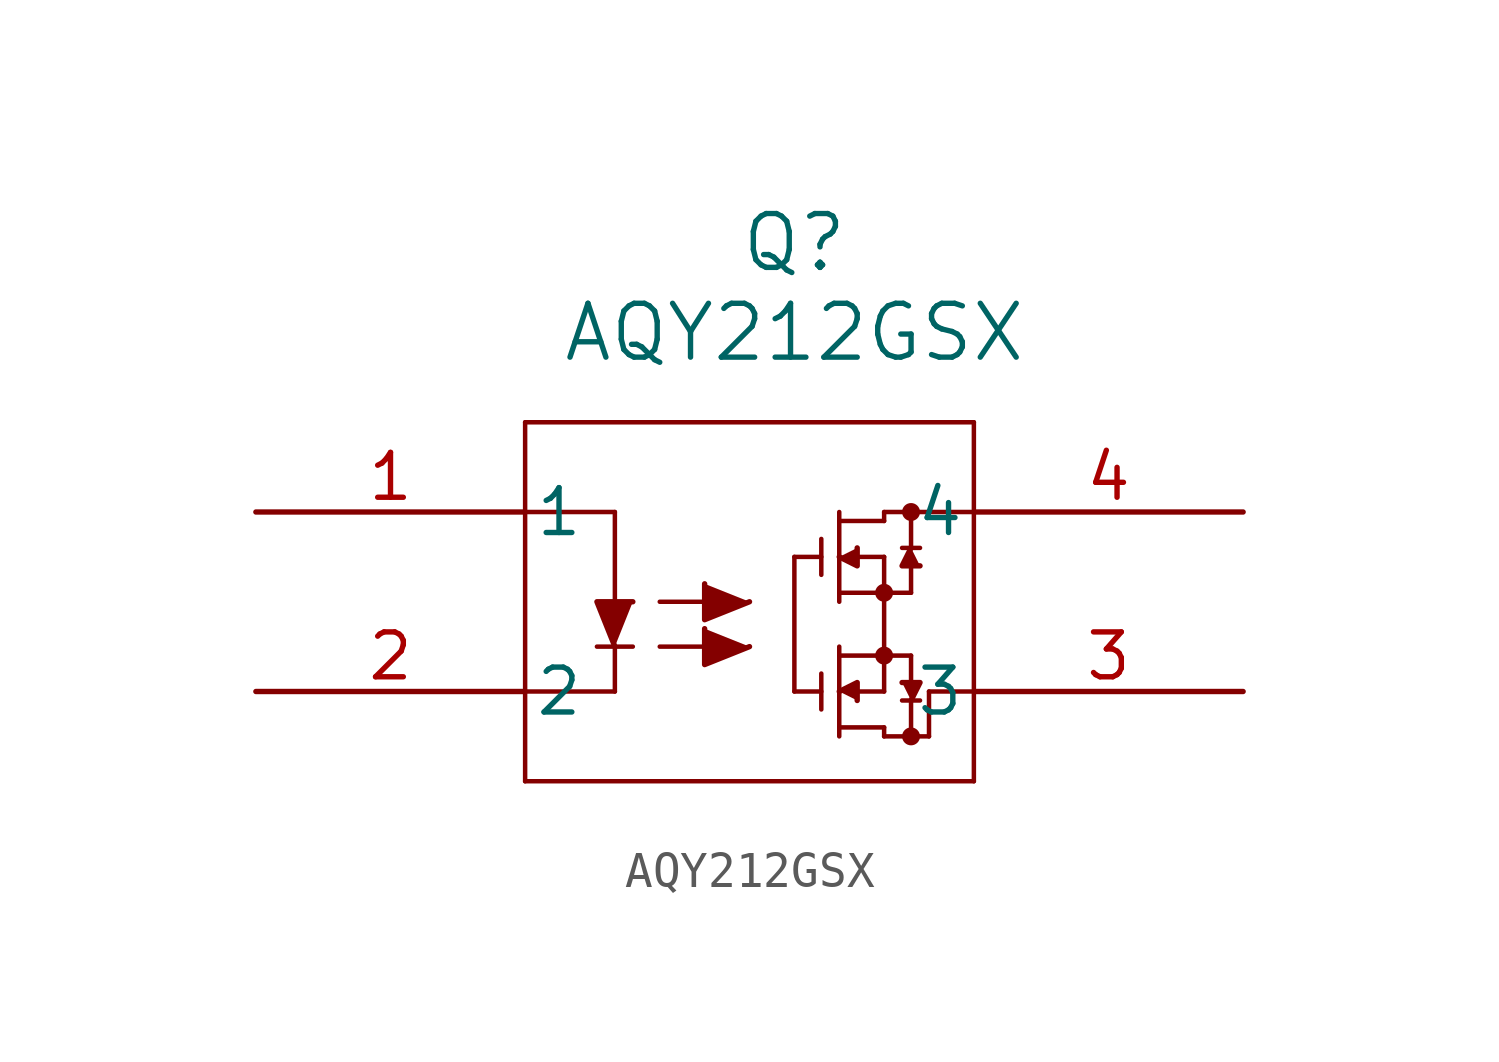
<source format=kicad_sym>
(kicad_symbol_lib
  (version 20211014)
  (generator kicad_symbol_editor)
  (symbol "AQY212GSX"
    (pin_names
      (offset 0.254))
    (property "Reference" "Q"
      (at 15.24 7.62 0)
      (effects (font (size 1.524 1.524))))
    (property "Value" "AQY212GSX"
      (at 15.24 5.08 0)
      (effects (font (size 1.524 1.524))))
    (symbol "AQY212GSX_0_1"
      (polyline (pts (xy 20.32 2.54) (xy 7.62 2.54)) (stroke (width 0.127) (type default) (color 0 0 0 0)) (fill (type none)))
      (polyline (pts (xy 15.24 -5.08) (xy 15.24 -1.27)) (stroke (width 0.127) (type default) (color 0 0 0 0)) (fill (type none)))
      (circle (center 17.78 -2.286) (radius 0.127) (stroke (width 0.254) (type default) (color 0 0 0 0)) (fill (type none)))
      (polyline (pts (xy 17.018 -5.08) (xy 17.78 -5.08)) (stroke (width 0.127) (type default) (color 0 0 0 0)) (fill (type none)))
      (polyline (pts (xy 7.62 2.54) (xy 7.62 -7.62)) (stroke (width 0.127) (type default) (color 0 0 0 0)) (fill (type none)))
      (polyline (pts (xy 11.43 -3.81) (xy 12.7 -3.81)) (stroke (width 0.127) (type default) (color 0 0 0 0)) (fill (type none)))
      (polyline (pts (xy 20.32 -7.62) (xy 20.32 2.54)) (stroke (width 0.127) (type default) (color 0 0 0 0)) (fill (type none)))
      (polyline (pts (xy 11.43 -2.54) (xy 12.7 -2.54)) (stroke (width 0.127) (type default) (color 0 0 0 0)) (fill (type none)))
      (polyline (pts (xy 16.51 -6.35) (xy 16.51 -3.81)) (stroke (width 0.127) (type default) (color 0 0 0 0)) (fill (type none)))
      (polyline (pts (xy 17.78 -6.096) (xy 17.78 -6.35)) (stroke (width 0.127) (type default) (color 0 0 0 0)) (fill (type none)))
      (polyline (pts (xy 17.78 -6.35) (xy 19.05 -6.35)) (stroke (width 0.127) (type default) (color 0 0 0 0)) (fill (type none)))
      (polyline (pts (xy 17.78 -0.254) (xy 17.78 0)) (stroke (width 0.127) (type default) (color 0 0 0 0)) (fill (type none)))
      (polyline (pts (xy 17.78 0) (xy 20.32 0)) (stroke (width 0.127) (type default) (color 0 0 0 0)) (fill (type none)))
      (polyline (pts (xy 15.24 -5.08) (xy 16.002 -5.08)) (stroke (width 0.127) (type default) (color 0 0 0 0)) (fill (type none)))
      (polyline (pts (xy 16.002 -5.588) (xy 16.002 -4.572)) (stroke (width 0.127) (type default) (color 0 0 0 0)) (fill (type none)))
      (circle (center 17.78 -4.064) (radius 0.127) (stroke (width 0.254) (type default) (color 0 0 0 0)) (fill (type none)))
      (polyline (pts (xy 10.16 0) (xy 10.16 -2.54)) (stroke (width 0.127) (type default) (color 0 0 0 0)) (fill (type none)))
      (polyline (pts (xy 17.78 -5.08) (xy 17.78 -1.27)) (stroke (width 0.127) (type default) (color 0 0 0 0)) (fill (type none)))
      (polyline (pts (xy 19.05 -5.08) (xy 19.05 -6.35)) (stroke (width 0.127) (type default) (color 0 0 0 0)) (fill (type none)))
      (polyline (pts (xy 16.51 -4.064) (xy 18.542 -4.064)) (stroke (width 0.127) (type default) (color 0 0 0 0)) (fill (type none)))
      (polyline (pts (xy 19.05 -5.08) (xy 20.32 -5.08)) (stroke (width 0.127) (type default) (color 0 0 0 0)) (fill (type none)))
      (polyline (pts (xy 16.51 -6.096) (xy 17.78 -6.096)) (stroke (width 0.127) (type default) (color 0 0 0 0)) (fill (type none)))
      (polyline (pts (xy 17.018 -1.27) (xy 17.78 -1.27)) (stroke (width 0.127) (type default) (color 0 0 0 0)) (fill (type none)))
      (polyline (pts (xy 16.51 0) (xy 16.51 -2.54)) (stroke (width 0.127) (type default) (color 0 0 0 0)) (fill (type none)))
      (polyline (pts (xy 15.24 -1.27) (xy 16.002 -1.27)) (stroke (width 0.127) (type default) (color 0 0 0 0)) (fill (type none)))
      (polyline (pts (xy 16.002 -0.762) (xy 16.002 -1.778)) (stroke (width 0.127) (type default) (color 0 0 0 0)) (fill (type none)))
      (polyline (pts (xy 16.51 -2.286) (xy 18.542 -2.286)) (stroke (width 0.127) (type default) (color 0 0 0 0)) (fill (type none)))
      (polyline (pts (xy 16.51 -0.254) (xy 17.78 -0.254)) (stroke (width 0.127) (type default) (color 0 0 0 0)) (fill (type none)))
      (polyline (pts (xy 20.32 -7.62) (xy 7.62 -7.62)) (stroke (width 0.127) (type default) (color 0 0 0 0)) (fill (type none)))
      (polyline (pts (xy 13.97 -2.54) (xy 12.7 -3.048) (xy 12.7 -2.032)) (stroke (width 0) (type default) (color 0 0 0 0)) (fill (type outline)))
      (polyline (pts (xy 13.97 -3.81) (xy 12.7 -4.318) (xy 12.7 -3.302)) (stroke (width 0) (type default) (color 0 0 0 0)) (fill (type outline)))
      (polyline (pts (xy 10.16 -5.08) (xy 10.16 -3.81)) (stroke (width 0.127) (type default) (color 0 0 0 0)) (fill (type none)))
      (polyline (pts (xy 16.51 -5.08) (xy 17.018 -4.826) (xy 17.018 -5.334)) (stroke (width 0) (type default) (color 0 0 0 0)) (fill (type outline)))
      (polyline (pts (xy 16.51 -1.27) (xy 17.018 -1.524) (xy 17.018 -1.016)) (stroke (width 0) (type default) (color 0 0 0 0)) (fill (type outline)))
      (polyline (pts (xy 7.62 0) (xy 10.16 0)) (stroke (width 0.127) (type default) (color 0 0 0 0)) (fill (type none)))
      (polyline (pts (xy 7.62 -5.08) (xy 10.16 -5.08)) (stroke (width 0.127) (type default) (color 0 0 0 0)) (fill (type none)))
      (polyline (pts (xy 10.16 -3.81) (xy 9.652 -2.54) (xy 10.668 -2.54)) (stroke (width 0) (type default) (color 0 0 0 0)) (fill (type outline)))
      (polyline (pts (xy 9.652 -3.81) (xy 10.668 -3.81)) (stroke (width 0.127) (type default) (color 0 0 0 0)) (fill (type none)))
      (polyline (pts (xy 18.542 -1.016) (xy 18.288 -1.524) (xy 18.796 -1.524)) (stroke (width 0) (type default) (color 0 0 0 0)) (fill (type outline)))
      (polyline (pts (xy 18.288 -1.016) (xy 18.796 -1.016)) (stroke (width 0.127) (type default) (color 0 0 0 0)) (fill (type none)))
      (polyline (pts (xy 18.542 -1.016) (xy 18.542 0)) (stroke (width 0.127) (type default) (color 0 0 0 0)) (fill (type none)))
      (polyline (pts (xy 18.542 -1.524) (xy 18.542 -2.286)) (stroke (width 0.127) (type default) (color 0 0 0 0)) (fill (type none)))
      (circle (center 18.542 0) (radius 0.127) (stroke (width 0.254) (type default) (color 0 0 0 0)) (fill (type none)))
      (polyline (pts (xy 18.796 -5.334) (xy 18.288 -5.334)) (stroke (width 0.127) (type default) (color 0 0 0 0)) (fill (type none)))
      (polyline (pts (xy 18.542 -5.334) (xy 18.542 -6.35)) (stroke (width 0.127) (type default) (color 0 0 0 0)) (fill (type none)))
      (polyline (pts (xy 18.542 -4.826) (xy 18.542 -4.064)) (stroke (width 0.127) (type default) (color 0 0 0 0)) (fill (type none)))
      (circle (center 18.542 -6.35) (radius 0.127) (stroke (width 0.254) (type default) (color 0 0 0 0)) (fill (type none)))
      (polyline (pts (xy 18.542 -5.334) (xy 18.796 -4.826) (xy 18.288 -4.826)) (stroke (width 0) (type default) (color 0 0 0 0)) (fill (type outline)))
      (pin unspecified line (at 0 0 0) (length 7.62) (name "1" (effects (font (size 1.27 1.27)))) (number "1" (effects (font (size 1.27 1.27)))))
      (pin unspecified line (at 0 -5.08 0) (length 7.62) (name "2" (effects (font (size 1.27 1.27)))) (number "2" (effects (font (size 1.27 1.27)))))
      (pin unspecified line (at 27.94 -5.08 180) (length 7.62) (name "3" (effects (font (size 1.27 1.27)))) (number "3" (effects (font (size 1.27 1.27)))))
      (pin unspecified line (at 27.94 0 180) (length 7.62) (name "4" (effects (font (size 1.27 1.27)))) (number "4" (effects (font (size 1.27 1.27))))))))
</source>
